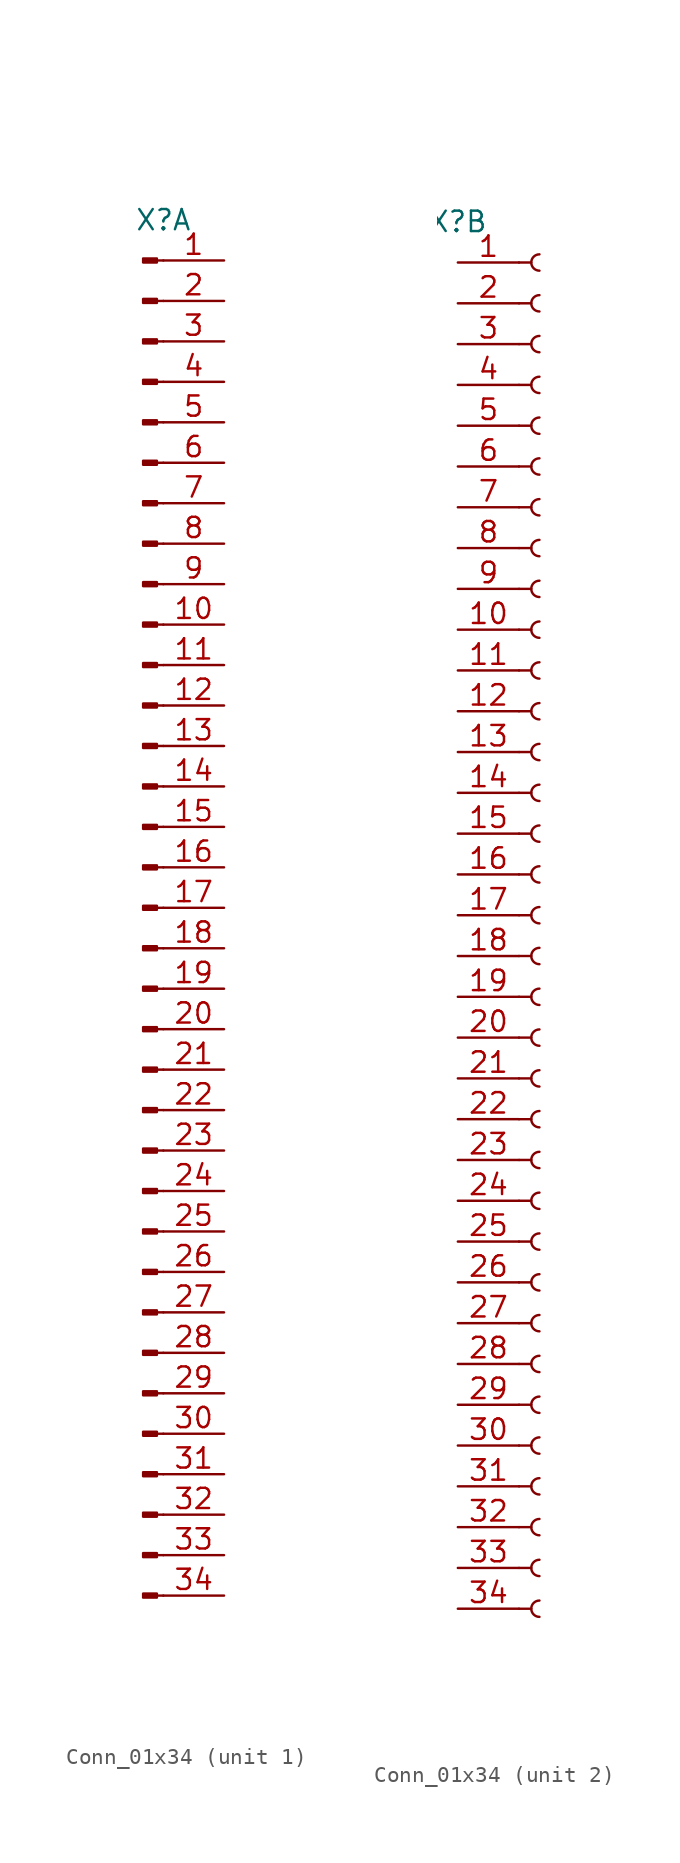
<source format=kicad_sym>
(kicad_symbol_lib
  (version 20241209)
  (generator "kicad_symbol_editor")
  (generator_version "9.0")
  (symbol "Conn_01x34"
    (pin_names
      (offset 1.016)
      (hide yes))
    (property "Reference" "X"
      (at 0 43.18 0)
      (effects (font (size 1.27 1.27))))
    (property "ki_locked" ""
      (at 0 0 0)
      (effects (font (size 1.27 1.27))))
    (symbol "Conn_01x34_1_1"
      (rectangle (start -0.406 40.767) (end -1.27 40.513) (stroke (width 0.152) (type default)) (fill (type outline)))
      (rectangle (start -0.406 38.227) (end -1.27 37.973) (stroke (width 0.152) (type default)) (fill (type outline)))
      (rectangle (start -0.406 35.687) (end -1.27 35.433) (stroke (width 0.152) (type default)) (fill (type outline)))
      (rectangle (start -0.406 33.147) (end -1.27 32.893) (stroke (width 0.152) (type default)) (fill (type outline)))
      (rectangle (start -0.406 30.607) (end -1.27 30.353) (stroke (width 0.152) (type default)) (fill (type outline)))
      (rectangle (start -0.406 28.067) (end -1.27 27.813) (stroke (width 0.152) (type default)) (fill (type outline)))
      (rectangle (start -0.406 25.527) (end -1.27 25.273) (stroke (width 0.152) (type default)) (fill (type outline)))
      (rectangle (start -0.406 22.987) (end -1.27 22.733) (stroke (width 0.152) (type default)) (fill (type outline)))
      (rectangle (start -0.406 20.447) (end -1.27 20.193) (stroke (width 0.152) (type default)) (fill (type outline)))
      (rectangle (start -0.406 17.907) (end -1.27 17.653) (stroke (width 0.152) (type default)) (fill (type outline)))
      (rectangle (start -0.406 15.367) (end -1.27 15.113) (stroke (width 0.152) (type default)) (fill (type outline)))
      (rectangle (start -0.406 12.827) (end -1.27 12.573) (stroke (width 0.152) (type default)) (fill (type outline)))
      (rectangle (start -0.406 10.287) (end -1.27 10.033) (stroke (width 0.152) (type default)) (fill (type outline)))
      (rectangle (start -0.406 7.747) (end -1.27 7.493) (stroke (width 0.152) (type default)) (fill (type outline)))
      (rectangle (start -0.406 5.207) (end -1.27 4.953) (stroke (width 0.152) (type default)) (fill (type outline)))
      (rectangle (start -0.406 2.667) (end -1.27 2.413) (stroke (width 0.152) (type default)) (fill (type outline)))
      (rectangle (start -0.406 0.127) (end -1.27 -0.127) (stroke (width 0.152) (type default)) (fill (type outline)))
      (rectangle (start -0.406 -2.413) (end -1.27 -2.667) (stroke (width 0.152) (type default)) (fill (type outline)))
      (rectangle (start -0.406 -4.953) (end -1.27 -5.207) (stroke (width 0.152) (type default)) (fill (type outline)))
      (rectangle (start -0.406 -7.493) (end -1.27 -7.747) (stroke (width 0.152) (type default)) (fill (type outline)))
      (rectangle (start -0.406 -10.033) (end -1.27 -10.287) (stroke (width 0.152) (type default)) (fill (type outline)))
      (rectangle (start -0.406 -12.573) (end -1.27 -12.827) (stroke (width 0.152) (type default)) (fill (type outline)))
      (rectangle (start -0.406 -15.113) (end -1.27 -15.367) (stroke (width 0.152) (type default)) (fill (type outline)))
      (rectangle (start -0.406 -17.653) (end -1.27 -17.907) (stroke (width 0.152) (type default)) (fill (type outline)))
      (rectangle (start -0.406 -20.193) (end -1.27 -20.447) (stroke (width 0.152) (type default)) (fill (type outline)))
      (rectangle (start -0.406 -22.733) (end -1.27 -22.987) (stroke (width 0.152) (type default)) (fill (type outline)))
      (rectangle (start -0.406 -25.273) (end -1.27 -25.527) (stroke (width 0.152) (type default)) (fill (type outline)))
      (rectangle (start -0.406 -27.813) (end -1.27 -28.067) (stroke (width 0.152) (type default)) (fill (type outline)))
      (rectangle (start -0.406 -30.353) (end -1.27 -30.607) (stroke (width 0.152) (type default)) (fill (type outline)))
      (rectangle (start -0.406 -32.893) (end -1.27 -33.147) (stroke (width 0.152) (type default)) (fill (type outline)))
      (rectangle (start -0.406 -35.433) (end -1.27 -35.687) (stroke (width 0.152) (type default)) (fill (type outline)))
      (rectangle (start -0.406 -37.973) (end -1.27 -38.227) (stroke (width 0.152) (type default)) (fill (type outline)))
      (rectangle (start -0.406 -40.513) (end -1.27 -40.767) (stroke (width 0.152) (type default)) (fill (type outline)))
      (rectangle (start -0.406 -43.053) (end -1.27 -43.307) (stroke (width 0.152) (type default)) (fill (type outline)))
      (polyline (pts (xy 0 40.64) (xy -0.406 40.64)) (stroke (width 0.152) (type default)) (fill (type none)))
      (polyline (pts (xy 0 38.1) (xy -0.406 38.1)) (stroke (width 0.152) (type default)) (fill (type none)))
      (polyline (pts (xy 0 35.56) (xy -0.406 35.56)) (stroke (width 0.152) (type default)) (fill (type none)))
      (polyline (pts (xy 0 33.02) (xy -0.406 33.02)) (stroke (width 0.152) (type default)) (fill (type none)))
      (polyline (pts (xy 0 30.48) (xy -0.406 30.48)) (stroke (width 0.152) (type default)) (fill (type none)))
      (polyline (pts (xy 0 27.94) (xy -0.406 27.94)) (stroke (width 0.152) (type default)) (fill (type none)))
      (polyline (pts (xy 0 25.4) (xy -0.406 25.4)) (stroke (width 0.152) (type default)) (fill (type none)))
      (polyline (pts (xy 0 22.86) (xy -0.406 22.86)) (stroke (width 0.152) (type default)) (fill (type none)))
      (polyline (pts (xy 0 20.32) (xy -0.406 20.32)) (stroke (width 0.152) (type default)) (fill (type none)))
      (polyline (pts (xy 0 17.78) (xy -0.406 17.78)) (stroke (width 0.152) (type default)) (fill (type none)))
      (polyline (pts (xy 0 15.24) (xy -0.406 15.24)) (stroke (width 0.152) (type default)) (fill (type none)))
      (polyline (pts (xy 0 12.7) (xy -0.406 12.7)) (stroke (width 0.152) (type default)) (fill (type none)))
      (polyline (pts (xy 0 10.16) (xy -0.406 10.16)) (stroke (width 0.152) (type default)) (fill (type none)))
      (polyline (pts (xy 0 7.62) (xy -0.406 7.62)) (stroke (width 0.152) (type default)) (fill (type none)))
      (polyline (pts (xy 0 5.08) (xy -0.406 5.08)) (stroke (width 0.152) (type default)) (fill (type none)))
      (polyline (pts (xy 0 2.54) (xy -0.406 2.54)) (stroke (width 0.152) (type default)) (fill (type none)))
      (polyline (pts (xy 0 0) (xy -0.406 0)) (stroke (width 0.152) (type default)) (fill (type none)))
      (polyline (pts (xy 0 -2.54) (xy -0.406 -2.54)) (stroke (width 0.152) (type default)) (fill (type none)))
      (polyline (pts (xy 0 -5.08) (xy -0.406 -5.08)) (stroke (width 0.152) (type default)) (fill (type none)))
      (polyline (pts (xy 0 -7.62) (xy -0.406 -7.62)) (stroke (width 0.152) (type default)) (fill (type none)))
      (polyline (pts (xy 0 -10.16) (xy -0.406 -10.16)) (stroke (width 0.152) (type default)) (fill (type none)))
      (polyline (pts (xy 0 -12.7) (xy -0.406 -12.7)) (stroke (width 0.152) (type default)) (fill (type none)))
      (polyline (pts (xy 0 -15.24) (xy -0.406 -15.24)) (stroke (width 0.152) (type default)) (fill (type none)))
      (polyline (pts (xy 0 -17.78) (xy -0.406 -17.78)) (stroke (width 0.152) (type default)) (fill (type none)))
      (polyline (pts (xy 0 -20.32) (xy -0.406 -20.32)) (stroke (width 0.152) (type default)) (fill (type none)))
      (polyline (pts (xy 0 -22.86) (xy -0.406 -22.86)) (stroke (width 0.152) (type default)) (fill (type none)))
      (polyline (pts (xy 0 -25.4) (xy -0.406 -25.4)) (stroke (width 0.152) (type default)) (fill (type none)))
      (polyline (pts (xy 0 -27.94) (xy -0.406 -27.94)) (stroke (width 0.152) (type default)) (fill (type none)))
      (polyline (pts (xy 0 -30.48) (xy -0.406 -30.48)) (stroke (width 0.152) (type default)) (fill (type none)))
      (polyline (pts (xy 0 -33.02) (xy -0.406 -33.02)) (stroke (width 0.152) (type default)) (fill (type none)))
      (polyline (pts (xy 0 -35.56) (xy -0.406 -35.56)) (stroke (width 0.152) (type default)) (fill (type none)))
      (polyline (pts (xy 0 -38.1) (xy -0.406 -38.1)) (stroke (width 0.152) (type default)) (fill (type none)))
      (polyline (pts (xy 0 -40.64) (xy -0.406 -40.64)) (stroke (width 0.152) (type default)) (fill (type none)))
      (polyline (pts (xy 0 -43.18) (xy -0.406 -43.18)) (stroke (width 0.152) (type default)) (fill (type none)))
      (pin passive line (at 3.81 40.64 180) (length 3.81) (name "Pin_1" (effects (font (size 1.27 1.27)))) (number "1" (effects (font (size 1.27 1.27)))))
      (pin passive line (at 3.81 38.1 180) (length 3.81) (name "Pin_2" (effects (font (size 1.27 1.27)))) (number "2" (effects (font (size 1.27 1.27)))))
      (pin passive line (at 3.81 35.56 180) (length 3.81) (name "Pin_3" (effects (font (size 1.27 1.27)))) (number "3" (effects (font (size 1.27 1.27)))))
      (pin passive line (at 3.81 33.02 180) (length 3.81) (name "Pin_4" (effects (font (size 1.27 1.27)))) (number "4" (effects (font (size 1.27 1.27)))))
      (pin passive line (at 3.81 30.48 180) (length 3.81) (name "Pin_5" (effects (font (size 1.27 1.27)))) (number "5" (effects (font (size 1.27 1.27)))))
      (pin passive line (at 3.81 27.94 180) (length 3.81) (name "Pin_6" (effects (font (size 1.27 1.27)))) (number "6" (effects (font (size 1.27 1.27)))))
      (pin passive line (at 3.81 25.4 180) (length 3.81) (name "Pin_7" (effects (font (size 1.27 1.27)))) (number "7" (effects (font (size 1.27 1.27)))))
      (pin passive line (at 3.81 22.86 180) (length 3.81) (name "Pin_8" (effects (font (size 1.27 1.27)))) (number "8" (effects (font (size 1.27 1.27)))))
      (pin passive line (at 3.81 20.32 180) (length 3.81) (name "Pin_9" (effects (font (size 1.27 1.27)))) (number "9" (effects (font (size 1.27 1.27)))))
      (pin passive line (at 3.81 17.78 180) (length 3.81) (name "Pin_10" (effects (font (size 1.27 1.27)))) (number "10" (effects (font (size 1.27 1.27)))))
      (pin passive line (at 3.81 15.24 180) (length 3.81) (name "Pin_11" (effects (font (size 1.27 1.27)))) (number "11" (effects (font (size 1.27 1.27)))))
      (pin passive line (at 3.81 12.7 180) (length 3.81) (name "Pin_12" (effects (font (size 1.27 1.27)))) (number "12" (effects (font (size 1.27 1.27)))))
      (pin passive line (at 3.81 10.16 180) (length 3.81) (name "Pin_13" (effects (font (size 1.27 1.27)))) (number "13" (effects (font (size 1.27 1.27)))))
      (pin passive line (at 3.81 7.62 180) (length 3.81) (name "Pin_14" (effects (font (size 1.27 1.27)))) (number "14" (effects (font (size 1.27 1.27)))))
      (pin passive line (at 3.81 5.08 180) (length 3.81) (name "Pin_15" (effects (font (size 1.27 1.27)))) (number "15" (effects (font (size 1.27 1.27)))))
      (pin passive line (at 3.81 2.54 180) (length 3.81) (name "Pin_16" (effects (font (size 1.27 1.27)))) (number "16" (effects (font (size 1.27 1.27)))))
      (pin passive line (at 3.81 0 180) (length 3.81) (name "Pin_17" (effects (font (size 1.27 1.27)))) (number "17" (effects (font (size 1.27 1.27)))))
      (pin passive line (at 3.81 -2.54 180) (length 3.81) (name "Pin_18" (effects (font (size 1.27 1.27)))) (number "18" (effects (font (size 1.27 1.27)))))
      (pin passive line (at 3.81 -5.08 180) (length 3.81) (name "Pin_19" (effects (font (size 1.27 1.27)))) (number "19" (effects (font (size 1.27 1.27)))))
      (pin passive line (at 3.81 -7.62 180) (length 3.81) (name "Pin_20" (effects (font (size 1.27 1.27)))) (number "20" (effects (font (size 1.27 1.27)))))
      (pin passive line (at 3.81 -10.16 180) (length 3.81) (name "Pin_21" (effects (font (size 1.27 1.27)))) (number "21" (effects (font (size 1.27 1.27)))))
      (pin passive line (at 3.81 -12.7 180) (length 3.81) (name "Pin_22" (effects (font (size 1.27 1.27)))) (number "22" (effects (font (size 1.27 1.27)))))
      (pin passive line (at 3.81 -15.24 180) (length 3.81) (name "Pin_23" (effects (font (size 1.27 1.27)))) (number "23" (effects (font (size 1.27 1.27)))))
      (pin passive line (at 3.81 -17.78 180) (length 3.81) (name "Pin_24" (effects (font (size 1.27 1.27)))) (number "24" (effects (font (size 1.27 1.27)))))
      (pin passive line (at 3.81 -20.32 180) (length 3.81) (name "Pin_25" (effects (font (size 1.27 1.27)))) (number "25" (effects (font (size 1.27 1.27)))))
      (pin passive line (at 3.81 -22.86 180) (length 3.81) (name "Pin_26" (effects (font (size 1.27 1.27)))) (number "26" (effects (font (size 1.27 1.27)))))
      (pin passive line (at 3.81 -25.4 180) (length 3.81) (name "Pin_27" (effects (font (size 1.27 1.27)))) (number "27" (effects (font (size 1.27 1.27)))))
      (pin passive line (at 3.81 -27.94 180) (length 3.81) (name "Pin_28" (effects (font (size 1.27 1.27)))) (number "28" (effects (font (size 1.27 1.27)))))
      (pin passive line (at 3.81 -30.48 180) (length 3.81) (name "Pin_29" (effects (font (size 1.27 1.27)))) (number "29" (effects (font (size 1.27 1.27)))))
      (pin passive line (at 3.81 -33.02 180) (length 3.81) (name "Pin_30" (effects (font (size 1.27 1.27)))) (number "30" (effects (font (size 1.27 1.27)))))
      (pin passive line (at 3.81 -35.56 180) (length 3.81) (name "Pin_31" (effects (font (size 1.27 1.27)))) (number "31" (effects (font (size 1.27 1.27)))))
      (pin passive line (at 3.81 -38.1 180) (length 3.81) (name "Pin_32" (effects (font (size 1.27 1.27)))) (number "32" (effects (font (size 1.27 1.27)))))
      (pin passive line (at 3.81 -40.64 180) (length 3.81) (name "Pin_33" (effects (font (size 1.27 1.27)))) (number "33" (effects (font (size 1.27 1.27)))))
      (pin passive line (at 3.81 -43.18 180) (length 3.81) (name "Pin_34" (effects (font (size 1.27 1.27)))) (number "34" (effects (font (size 1.27 1.27))))))
    (symbol "Conn_01x34_2_1"
      (polyline (pts (xy 3.81 40.64) (xy 4.572 40.64)) (stroke (width 0.152) (type default)) (fill (type none)))
      (polyline (pts (xy 3.81 38.1) (xy 4.572 38.1)) (stroke (width 0.152) (type default)) (fill (type none)))
      (polyline (pts (xy 3.81 35.56) (xy 4.572 35.56)) (stroke (width 0.152) (type default)) (fill (type none)))
      (polyline (pts (xy 3.81 33.02) (xy 4.572 33.02)) (stroke (width 0.152) (type default)) (fill (type none)))
      (polyline (pts (xy 3.81 30.48) (xy 4.572 30.48)) (stroke (width 0.152) (type default)) (fill (type none)))
      (polyline (pts (xy 3.81 27.94) (xy 4.572 27.94)) (stroke (width 0.152) (type default)) (fill (type none)))
      (polyline (pts (xy 3.81 25.4) (xy 4.572 25.4)) (stroke (width 0.152) (type default)) (fill (type none)))
      (polyline (pts (xy 3.81 22.86) (xy 4.572 22.86)) (stroke (width 0.152) (type default)) (fill (type none)))
      (polyline (pts (xy 3.81 20.32) (xy 4.572 20.32)) (stroke (width 0.152) (type default)) (fill (type none)))
      (polyline (pts (xy 3.81 17.78) (xy 4.572 17.78)) (stroke (width 0.152) (type default)) (fill (type none)))
      (polyline (pts (xy 3.81 15.24) (xy 4.572 15.24)) (stroke (width 0.152) (type default)) (fill (type none)))
      (polyline (pts (xy 3.81 12.7) (xy 4.572 12.7)) (stroke (width 0.152) (type default)) (fill (type none)))
      (polyline (pts (xy 3.81 10.16) (xy 4.572 10.16)) (stroke (width 0.152) (type default)) (fill (type none)))
      (polyline (pts (xy 3.81 7.62) (xy 4.572 7.62)) (stroke (width 0.152) (type default)) (fill (type none)))
      (polyline (pts (xy 3.81 5.08) (xy 4.572 5.08)) (stroke (width 0.152) (type default)) (fill (type none)))
      (polyline (pts (xy 3.81 2.54) (xy 4.572 2.54)) (stroke (width 0.152) (type default)) (fill (type none)))
      (polyline (pts (xy 3.81 0) (xy 4.572 0)) (stroke (width 0.152) (type default)) (fill (type none)))
      (polyline (pts (xy 3.81 -2.54) (xy 4.572 -2.54)) (stroke (width 0.152) (type default)) (fill (type none)))
      (polyline (pts (xy 3.81 -5.08) (xy 4.572 -5.08)) (stroke (width 0.152) (type default)) (fill (type none)))
      (polyline (pts (xy 3.81 -7.62) (xy 4.572 -7.62)) (stroke (width 0.152) (type default)) (fill (type none)))
      (polyline (pts (xy 3.81 -10.16) (xy 4.572 -10.16)) (stroke (width 0.152) (type default)) (fill (type none)))
      (polyline (pts (xy 3.81 -12.7) (xy 4.572 -12.7)) (stroke (width 0.152) (type default)) (fill (type none)))
      (polyline (pts (xy 3.81 -15.24) (xy 4.572 -15.24)) (stroke (width 0.152) (type default)) (fill (type none)))
      (polyline (pts (xy 3.81 -17.78) (xy 4.572 -17.78)) (stroke (width 0.152) (type default)) (fill (type none)))
      (polyline (pts (xy 3.81 -20.32) (xy 4.572 -20.32)) (stroke (width 0.152) (type default)) (fill (type none)))
      (polyline (pts (xy 3.81 -22.86) (xy 4.572 -22.86)) (stroke (width 0.152) (type default)) (fill (type none)))
      (polyline (pts (xy 3.81 -25.4) (xy 4.572 -25.4)) (stroke (width 0.152) (type default)) (fill (type none)))
      (polyline (pts (xy 3.81 -27.94) (xy 4.572 -27.94)) (stroke (width 0.152) (type default)) (fill (type none)))
      (polyline (pts (xy 3.81 -30.48) (xy 4.572 -30.48)) (stroke (width 0.152) (type default)) (fill (type none)))
      (polyline (pts (xy 3.81 -33.02) (xy 4.572 -33.02)) (stroke (width 0.152) (type default)) (fill (type none)))
      (polyline (pts (xy 3.81 -35.56) (xy 4.572 -35.56)) (stroke (width 0.152) (type default)) (fill (type none)))
      (polyline (pts (xy 3.81 -38.1) (xy 4.572 -38.1)) (stroke (width 0.152) (type default)) (fill (type none)))
      (polyline (pts (xy 3.81 -40.64) (xy 4.572 -40.64)) (stroke (width 0.152) (type default)) (fill (type none)))
      (polyline (pts (xy 3.81 -43.18) (xy 4.572 -43.18)) (stroke (width 0.152) (type default)) (fill (type none)))
      (arc (start 5.08 40.132) (mid 4.5742 40.64) (end 5.08 41.148) (stroke (width 0.1524) (type default)) (fill (type none)))
      (arc (start 5.08 37.592) (mid 4.5742 38.1) (end 5.08 38.608) (stroke (width 0.1524) (type default)) (fill (type none)))
      (arc (start 5.08 35.052) (mid 4.5742 35.56) (end 5.08 36.068) (stroke (width 0.1524) (type default)) (fill (type none)))
      (arc (start 5.08 32.512) (mid 4.5742 33.02) (end 5.08 33.528) (stroke (width 0.1524) (type default)) (fill (type none)))
      (arc (start 5.08 29.972) (mid 4.5742 30.48) (end 5.08 30.988) (stroke (width 0.1524) (type default)) (fill (type none)))
      (arc (start 5.08 27.432) (mid 4.5742 27.94) (end 5.08 28.448) (stroke (width 0.1524) (type default)) (fill (type none)))
      (arc (start 5.08 24.892) (mid 4.5742 25.4) (end 5.08 25.908) (stroke (width 0.1524) (type default)) (fill (type none)))
      (arc (start 5.08 22.352) (mid 4.5742 22.86) (end 5.08 23.368) (stroke (width 0.1524) (type default)) (fill (type none)))
      (arc (start 5.08 19.812) (mid 4.5742 20.32) (end 5.08 20.828) (stroke (width 0.1524) (type default)) (fill (type none)))
      (arc (start 5.08 17.272) (mid 4.5742 17.78) (end 5.08 18.288) (stroke (width 0.1524) (type default)) (fill (type none)))
      (arc (start 5.08 14.732) (mid 4.5742 15.24) (end 5.08 15.748) (stroke (width 0.1524) (type default)) (fill (type none)))
      (arc (start 5.08 12.192) (mid 4.5742 12.7) (end 5.08 13.208) (stroke (width 0.1524) (type default)) (fill (type none)))
      (arc (start 5.08 9.652) (mid 4.5742 10.16) (end 5.08 10.668) (stroke (width 0.1524) (type default)) (fill (type none)))
      (arc (start 5.08 7.112) (mid 4.5742 7.62) (end 5.08 8.128) (stroke (width 0.1524) (type default)) (fill (type none)))
      (arc (start 5.08 4.572) (mid 4.5742 5.08) (end 5.08 5.588) (stroke (width 0.1524) (type default)) (fill (type none)))
      (arc (start 5.08 2.032) (mid 4.5742 2.54) (end 5.08 3.048) (stroke (width 0.1524) (type default)) (fill (type none)))
      (arc (start 5.08 -0.508) (mid 4.5742 0) (end 5.08 0.508) (stroke (width 0.1524) (type default)) (fill (type none)))
      (arc (start 5.08 -3.048) (mid 4.5742 -2.54) (end 5.08 -2.032) (stroke (width 0.1524) (type default)) (fill (type none)))
      (arc (start 5.08 -5.588) (mid 4.5742 -5.08) (end 5.08 -4.572) (stroke (width 0.1524) (type default)) (fill (type none)))
      (arc (start 5.08 -8.128) (mid 4.5742 -7.62) (end 5.08 -7.112) (stroke (width 0.1524) (type default)) (fill (type none)))
      (arc (start 5.08 -10.668) (mid 4.5742 -10.16) (end 5.08 -9.652) (stroke (width 0.1524) (type default)) (fill (type none)))
      (arc (start 5.08 -13.208) (mid 4.5742 -12.7) (end 5.08 -12.192) (stroke (width 0.1524) (type default)) (fill (type none)))
      (arc (start 5.08 -15.748) (mid 4.5742 -15.24) (end 5.08 -14.732) (stroke (width 0.1524) (type default)) (fill (type none)))
      (arc (start 5.08 -18.288) (mid 4.5742 -17.78) (end 5.08 -17.272) (stroke (width 0.1524) (type default)) (fill (type none)))
      (arc (start 5.08 -20.828) (mid 4.5742 -20.32) (end 5.08 -19.812) (stroke (width 0.1524) (type default)) (fill (type none)))
      (arc (start 5.08 -23.368) (mid 4.5742 -22.86) (end 5.08 -22.352) (stroke (width 0.1524) (type default)) (fill (type none)))
      (arc (start 5.08 -25.908) (mid 4.5742 -25.4) (end 5.08 -24.892) (stroke (width 0.1524) (type default)) (fill (type none)))
      (arc (start 5.08 -28.448) (mid 4.5742 -27.94) (end 5.08 -27.432) (stroke (width 0.1524) (type default)) (fill (type none)))
      (arc (start 5.08 -30.988) (mid 4.5742 -30.48) (end 5.08 -29.972) (stroke (width 0.1524) (type default)) (fill (type none)))
      (arc (start 5.08 -33.528) (mid 4.5742 -33.02) (end 5.08 -32.512) (stroke (width 0.1524) (type default)) (fill (type none)))
      (arc (start 5.08 -36.068) (mid 4.5742 -35.56) (end 5.08 -35.052) (stroke (width 0.1524) (type default)) (fill (type none)))
      (arc (start 5.08 -38.608) (mid 4.5742 -38.1) (end 5.08 -37.592) (stroke (width 0.1524) (type default)) (fill (type none)))
      (arc (start 5.08 -41.148) (mid 4.5742 -40.64) (end 5.08 -40.132) (stroke (width 0.1524) (type default)) (fill (type none)))
      (arc (start 5.08 -43.688) (mid 4.5742 -43.18) (end 5.08 -42.672) (stroke (width 0.1524) (type default)) (fill (type none)))
      (pin passive line (at 0 40.64 0) (length 3.81) (name "Pin_1" (effects (font (size 1.27 1.27)))) (number "1" (effects (font (size 1.27 1.27)))))
      (pin passive line (at 0 38.1 0) (length 3.81) (name "Pin_2" (effects (font (size 1.27 1.27)))) (number "2" (effects (font (size 1.27 1.27)))))
      (pin passive line (at 0 35.56 0) (length 3.81) (name "Pin_3" (effects (font (size 1.27 1.27)))) (number "3" (effects (font (size 1.27 1.27)))))
      (pin passive line (at 0 33.02 0) (length 3.81) (name "Pin_4" (effects (font (size 1.27 1.27)))) (number "4" (effects (font (size 1.27 1.27)))))
      (pin passive line (at 0 30.48 0) (length 3.81) (name "Pin_5" (effects (font (size 1.27 1.27)))) (number "5" (effects (font (size 1.27 1.27)))))
      (pin passive line (at 0 27.94 0) (length 3.81) (name "Pin_6" (effects (font (size 1.27 1.27)))) (number "6" (effects (font (size 1.27 1.27)))))
      (pin passive line (at 0 25.4 0) (length 3.81) (name "Pin_7" (effects (font (size 1.27 1.27)))) (number "7" (effects (font (size 1.27 1.27)))))
      (pin passive line (at 0 22.86 0) (length 3.81) (name "Pin_8" (effects (font (size 1.27 1.27)))) (number "8" (effects (font (size 1.27 1.27)))))
      (pin passive line (at 0 20.32 0) (length 3.81) (name "Pin_9" (effects (font (size 1.27 1.27)))) (number "9" (effects (font (size 1.27 1.27)))))
      (pin passive line (at 0 17.78 0) (length 3.81) (name "Pin_10" (effects (font (size 1.27 1.27)))) (number "10" (effects (font (size 1.27 1.27)))))
      (pin passive line (at 0 15.24 0) (length 3.81) (name "Pin_11" (effects (font (size 1.27 1.27)))) (number "11" (effects (font (size 1.27 1.27)))))
      (pin passive line (at 0 12.7 0) (length 3.81) (name "Pin_12" (effects (font (size 1.27 1.27)))) (number "12" (effects (font (size 1.27 1.27)))))
      (pin passive line (at 0 10.16 0) (length 3.81) (name "Pin_13" (effects (font (size 1.27 1.27)))) (number "13" (effects (font (size 1.27 1.27)))))
      (pin passive line (at 0 7.62 0) (length 3.81) (name "Pin_14" (effects (font (size 1.27 1.27)))) (number "14" (effects (font (size 1.27 1.27)))))
      (pin passive line (at 0 5.08 0) (length 3.81) (name "Pin_15" (effects (font (size 1.27 1.27)))) (number "15" (effects (font (size 1.27 1.27)))))
      (pin passive line (at 0 2.54 0) (length 3.81) (name "Pin_16" (effects (font (size 1.27 1.27)))) (number "16" (effects (font (size 1.27 1.27)))))
      (pin passive line (at 0 0 0) (length 3.81) (name "Pin_17" (effects (font (size 1.27 1.27)))) (number "17" (effects (font (size 1.27 1.27)))))
      (pin passive line (at 0 -2.54 0) (length 3.81) (name "Pin_18" (effects (font (size 1.27 1.27)))) (number "18" (effects (font (size 1.27 1.27)))))
      (pin passive line (at 0 -5.08 0) (length 3.81) (name "Pin_19" (effects (font (size 1.27 1.27)))) (number "19" (effects (font (size 1.27 1.27)))))
      (pin passive line (at 0 -7.62 0) (length 3.81) (name "Pin_20" (effects (font (size 1.27 1.27)))) (number "20" (effects (font (size 1.27 1.27)))))
      (pin passive line (at 0 -10.16 0) (length 3.81) (name "Pin_21" (effects (font (size 1.27 1.27)))) (number "21" (effects (font (size 1.27 1.27)))))
      (pin passive line (at 0 -12.7 0) (length 3.81) (name "Pin_22" (effects (font (size 1.27 1.27)))) (number "22" (effects (font (size 1.27 1.27)))))
      (pin passive line (at 0 -15.24 0) (length 3.81) (name "Pin_23" (effects (font (size 1.27 1.27)))) (number "23" (effects (font (size 1.27 1.27)))))
      (pin passive line (at 0 -17.78 0) (length 3.81) (name "Pin_24" (effects (font (size 1.27 1.27)))) (number "24" (effects (font (size 1.27 1.27)))))
      (pin passive line (at 0 -20.32 0) (length 3.81) (name "Pin_25" (effects (font (size 1.27 1.27)))) (number "25" (effects (font (size 1.27 1.27)))))
      (pin passive line (at 0 -22.86 0) (length 3.81) (name "Pin_26" (effects (font (size 1.27 1.27)))) (number "26" (effects (font (size 1.27 1.27)))))
      (pin passive line (at 0 -25.4 0) (length 3.81) (name "Pin_27" (effects (font (size 1.27 1.27)))) (number "27" (effects (font (size 1.27 1.27)))))
      (pin passive line (at 0 -27.94 0) (length 3.81) (name "Pin_28" (effects (font (size 1.27 1.27)))) (number "28" (effects (font (size 1.27 1.27)))))
      (pin passive line (at 0 -30.48 0) (length 3.81) (name "Pin_29" (effects (font (size 1.27 1.27)))) (number "29" (effects (font (size 1.27 1.27)))))
      (pin passive line (at 0 -33.02 0) (length 3.81) (name "Pin_30" (effects (font (size 1.27 1.27)))) (number "30" (effects (font (size 1.27 1.27)))))
      (pin passive line (at 0 -35.56 0) (length 3.81) (name "Pin_31" (effects (font (size 1.27 1.27)))) (number "31" (effects (font (size 1.27 1.27)))))
      (pin passive line (at 0 -38.1 0) (length 3.81) (name "Pin_32" (effects (font (size 1.27 1.27)))) (number "32" (effects (font (size 1.27 1.27)))))
      (pin passive line (at 0 -40.64 0) (length 3.81) (name "Pin_33" (effects (font (size 1.27 1.27)))) (number "33" (effects (font (size 1.27 1.27)))))
      (pin passive line (at 0 -43.18 0) (length 3.81) (name "Pin_34" (effects (font (size 1.27 1.27)))) (number "34" (effects (font (size 1.27 1.27))))))))
</source>
